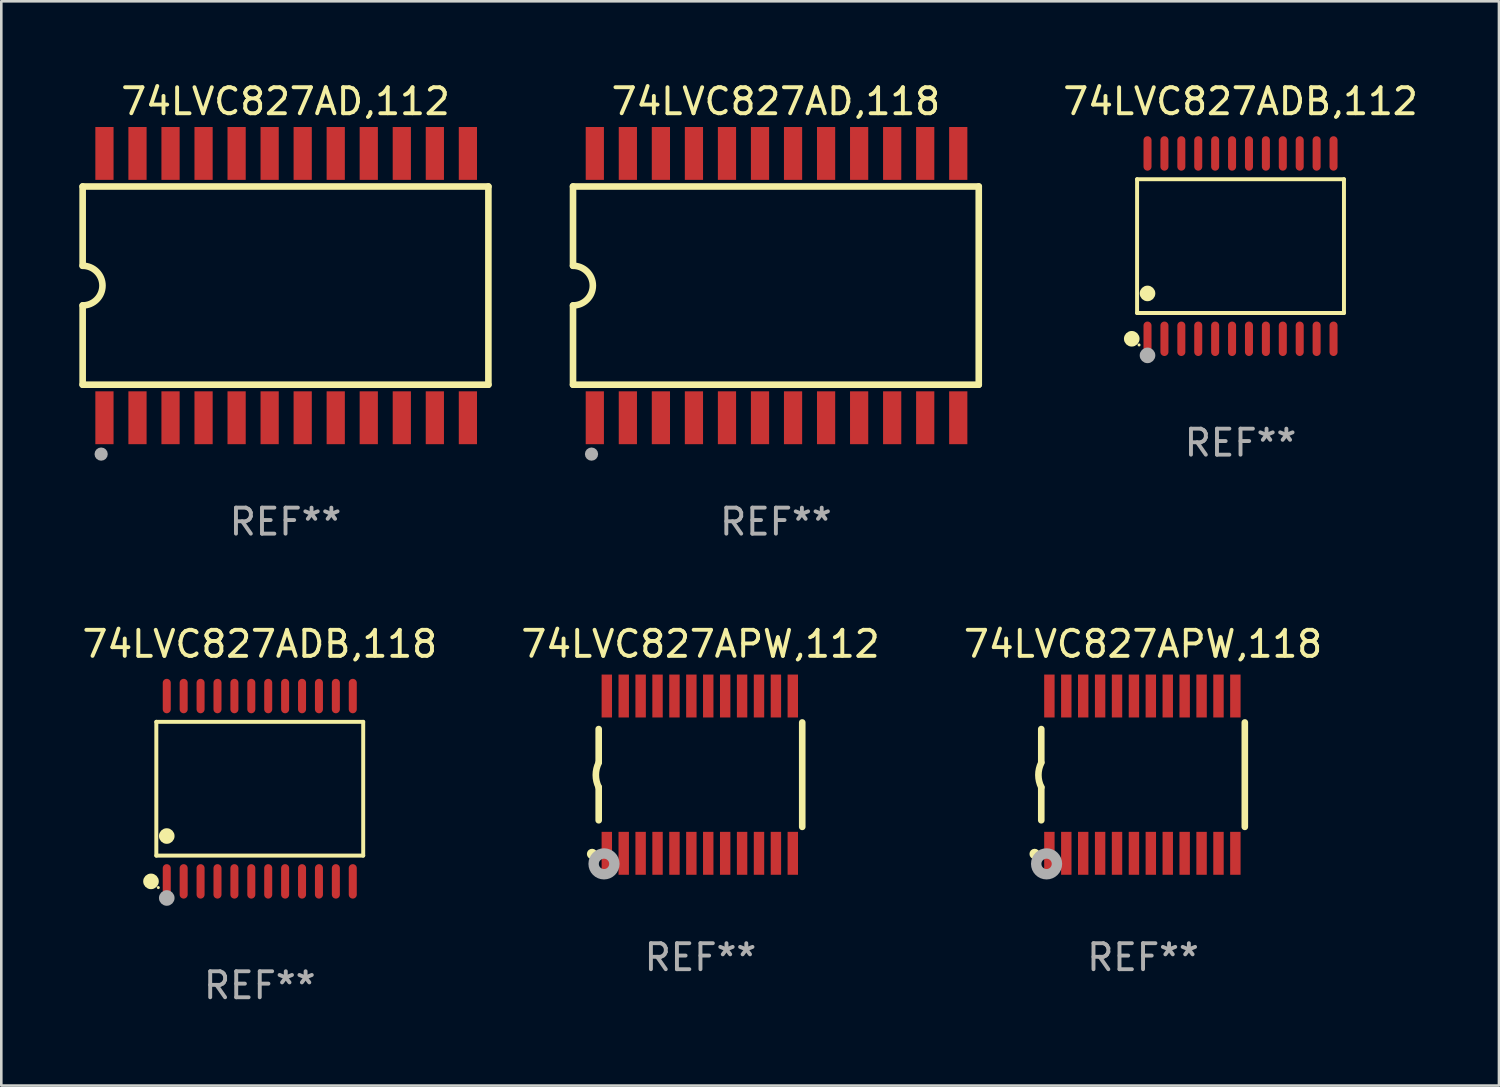
<source format=kicad_pcb>
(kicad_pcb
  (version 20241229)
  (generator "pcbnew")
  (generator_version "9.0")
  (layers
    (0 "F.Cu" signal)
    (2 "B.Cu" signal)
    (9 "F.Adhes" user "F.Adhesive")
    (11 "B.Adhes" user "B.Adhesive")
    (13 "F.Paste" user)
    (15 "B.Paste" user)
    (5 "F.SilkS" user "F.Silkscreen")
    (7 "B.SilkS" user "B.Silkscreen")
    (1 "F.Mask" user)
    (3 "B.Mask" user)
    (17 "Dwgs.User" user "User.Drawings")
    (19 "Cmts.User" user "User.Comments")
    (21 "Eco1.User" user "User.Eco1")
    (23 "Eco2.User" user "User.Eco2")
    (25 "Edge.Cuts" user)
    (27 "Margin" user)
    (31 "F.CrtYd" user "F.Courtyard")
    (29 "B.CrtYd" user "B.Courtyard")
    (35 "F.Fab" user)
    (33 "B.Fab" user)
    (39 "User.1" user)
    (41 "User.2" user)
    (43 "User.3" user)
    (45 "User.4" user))
  (footprint "74LVC827APW,118"
    (layer "F.Cu")
    (at 40.887 26.727)
    (property "Reference" "74LVC827APW,118" (at 0 -5.023 0) (layer "F.SilkS") (effects (font (size 1 1) (thickness 0.15))))
    (attr through_hole)
    (fp_line (start -3.912 -0.483) (end -3.912 -1.753) (stroke (width 0.254) (type solid)) (layer "F.SilkS"))
    (fp_line (start -3.912 1.753) (end -3.912 0.483) (stroke (width 0.254) (type solid)) (layer "F.SilkS"))
    (fp_line (start 3.912 -2.007) (end 3.912 2.007) (stroke (width 0.254) (type solid)) (layer "F.SilkS"))
    (fp_arc (start -3.911608 0.482601) (mid -4.022537 0.0127) (end -3.911608 -0.457201) (stroke (width 0.254001) (type solid)) (layer "F.SilkS"))
    (fp_circle (center -4.166 3.048) (end -4.066 3.048) (stroke (width 0.2) (type solid)) (fill no) (layer "F.SilkS"))
    (fp_circle (center -3.925 3.186) (end -3.895 3.186) (stroke (width 0.06) (type solid)) (fill no) (layer "F.SilkS"))
    (fp_circle (center -3.708 3.429) (end -3.509 3.429) (stroke (width 0.4) (type solid)) (fill no) (layer "F.Fab"))
    (fp_text user "REF**" (at 0 7.023 0) (layer "F.Fab") (effects (font (size 1 1) (thickness 0.15))))
    (pad "1" smd rect (at -3.6 3.023) (size 0.4 1.65) (layers "F.Cu" "F.Mask" "F.Paste"))
    (pad "2" smd rect (at -2.95 3.023) (size 0.4 1.65) (layers "F.Cu" "F.Mask" "F.Paste"))
    (pad "3" smd rect (at -2.3 3.023) (size 0.4 1.65) (layers "F.Cu" "F.Mask" "F.Paste"))
    (pad "4" smd rect (at -1.65 3.023) (size 0.4 1.65) (layers "F.Cu" "F.Mask" "F.Paste"))
    (pad "5" smd rect (at -1 3.023) (size 0.4 1.65) (layers "F.Cu" "F.Mask" "F.Paste"))
    (pad "6" smd rect (at -0.35 3.023) (size 0.4 1.65) (layers "F.Cu" "F.Mask" "F.Paste"))
    (pad "7" smd rect (at 0.299 3.023) (size 0.4 1.65) (layers "F.Cu" "F.Mask" "F.Paste"))
    (pad "8" smd rect (at 0.95 3.023) (size 0.4 1.65) (layers "F.Cu" "F.Mask" "F.Paste"))
    (pad "9" smd rect (at 1.6 3.023) (size 0.4 1.65) (layers "F.Cu" "F.Mask" "F.Paste"))
    (pad "10" smd rect (at 2.25 3.023) (size 0.4 1.65) (layers "F.Cu" "F.Mask" "F.Paste"))
    (pad "11" smd rect (at 2.9 3.023) (size 0.4 1.65) (layers "F.Cu" "F.Mask" "F.Paste"))
    (pad "12" smd rect (at 3.549 3.023) (size 0.4 1.65) (layers "F.Cu" "F.Mask" "F.Paste"))
    (pad "13" smd rect (at 3.549 -3.023) (size 0.4 1.65) (layers "F.Cu" "F.Mask" "F.Paste"))
    (pad "14" smd rect (at 2.9 -3.023) (size 0.4 1.65) (layers "F.Cu" "F.Mask" "F.Paste"))
    (pad "15" smd rect (at 2.25 -3.023) (size 0.4 1.65) (layers "F.Cu" "F.Mask" "F.Paste"))
    (pad "16" smd rect (at 1.6 -3.023) (size 0.4 1.65) (layers "F.Cu" "F.Mask" "F.Paste"))
    (pad "17" smd rect (at 0.95 -3.023) (size 0.4 1.65) (layers "F.Cu" "F.Mask" "F.Paste"))
    (pad "18" smd rect (at 0.299 -3.023) (size 0.4 1.65) (layers "F.Cu" "F.Mask" "F.Paste"))
    (pad "19" smd rect (at -0.35 -3.023) (size 0.4 1.65) (layers "F.Cu" "F.Mask" "F.Paste"))
    (pad "20" smd rect (at -1 -3.023) (size 0.4 1.65) (layers "F.Cu" "F.Mask" "F.Paste"))
    (pad "21" smd rect (at -1.65 -3.023) (size 0.4 1.65) (layers "F.Cu" "F.Mask" "F.Paste"))
    (pad "22" smd rect (at -2.3 -3.023) (size 0.4 1.65) (layers "F.Cu" "F.Mask" "F.Paste"))
    (pad "23" smd rect (at -2.95 -3.023) (size 0.4 1.65) (layers "F.Cu" "F.Mask" "F.Paste"))
    (pad "24" smd rect (at -3.6 -3.023) (size 0.4 1.65) (layers "F.Cu" "F.Mask" "F.Paste")))
  (footprint "74LVC827AD,118"
    (layer "F.Cu")
    (at 26.774 7.928)
    (property "Reference" "74LVC827AD,118" (at 0 -7.08 0) (layer "F.SilkS") (effects (font (size 1 1) (thickness 0.15))))
    (attr through_hole)
    (fp_line (start -7.798 -3.81) (end -7.798 -0.762) (stroke (width 0.254) (type solid)) (layer "F.SilkS"))
    (fp_line (start -7.798 3.81) (end -7.798 0.762) (stroke (width 0.254) (type solid)) (layer "F.SilkS"))
    (fp_line (start 7.798 -3.81) (end -7.798 -3.81) (stroke (width 0.254) (type solid)) (layer "F.SilkS"))
    (fp_line (start 7.798 3.81) (end -7.798 3.81) (stroke (width 0.254) (type solid)) (layer "F.SilkS"))
    (fp_line (start 7.798 3.81) (end 7.798 -3.81) (stroke (width 0.254) (type solid)) (layer "F.SilkS"))
    (fp_arc (start -7.797791 -0.762002) (mid -7.03579 -0.000001) (end -7.79779 0.762002) (stroke (width 0.254001) (type solid)) (layer "F.SilkS"))
    (fp_circle (center -7.825 3.75) (end -7.795 3.75) (stroke (width 0.06) (type solid)) (fill no) (layer "F.SilkS"))
    (fp_circle (center -7.087 6.477) (end -6.96 6.477) (stroke (width 0.254) (type solid)) (fill no) (layer "F.Fab"))
    (fp_text user "REF**" (at 0 9.08 0) (layer "F.Fab") (effects (font (size 1 1) (thickness 0.15))))
    (pad "1" smd rect (at -6.96 5.08 90) (size 2.032 0.7) (layers "F.Cu" "F.Mask" "F.Paste"))
    (pad "2" smd rect (at -5.69 5.08 90) (size 2.032 0.7) (layers "F.Cu" "F.Mask" "F.Paste"))
    (pad "3" smd rect (at -4.42 5.08 90) (size 2.032 0.7) (layers "F.Cu" "F.Mask" "F.Paste"))
    (pad "4" smd rect (at -3.15 5.08 90) (size 2.032 0.7) (layers "F.Cu" "F.Mask" "F.Paste"))
    (pad "5" smd rect (at -1.88 5.08 90) (size 2.032 0.7) (layers "F.Cu" "F.Mask" "F.Paste"))
    (pad "6" smd rect (at -0.61 5.08 90) (size 2.032 0.7) (layers "F.Cu" "F.Mask" "F.Paste"))
    (pad "7" smd rect (at 0.66 5.08 90) (size 2.032 0.7) (layers "F.Cu" "F.Mask" "F.Paste"))
    (pad "8" smd rect (at 1.93 5.08 90) (size 2.032 0.7) (layers "F.Cu" "F.Mask" "F.Paste"))
    (pad "9" smd rect (at 3.2 5.08 90) (size 2.032 0.7) (layers "F.Cu" "F.Mask" "F.Paste"))
    (pad "10" smd rect (at 4.47 5.08 90) (size 2.032 0.7) (layers "F.Cu" "F.Mask" "F.Paste"))
    (pad "11" smd rect (at 5.74 5.08 90) (size 2.032 0.7) (layers "F.Cu" "F.Mask" "F.Paste"))
    (pad "12" smd rect (at 7.01 5.08 90) (size 2.032 0.7) (layers "F.Cu" "F.Mask" "F.Paste"))
    (pad "13" smd rect (at 7.01 -5.08 90) (size 2.032 0.7) (layers "F.Cu" "F.Mask" "F.Paste"))
    (pad "14" smd rect (at 5.74 -5.08 90) (size 2.032 0.7) (layers "F.Cu" "F.Mask" "F.Paste"))
    (pad "15" smd rect (at 4.47 -5.08 90) (size 2.032 0.7) (layers "F.Cu" "F.Mask" "F.Paste"))
    (pad "16" smd rect (at 3.2 -5.08 90) (size 2.032 0.7) (layers "F.Cu" "F.Mask" "F.Paste"))
    (pad "17" smd rect (at 1.93 -5.08 90) (size 2.032 0.7) (layers "F.Cu" "F.Mask" "F.Paste"))
    (pad "18" smd rect (at 0.66 -5.08 90) (size 2.032 0.7) (layers "F.Cu" "F.Mask" "F.Paste"))
    (pad "19" smd rect (at -0.61 -5.08 90) (size 2.032 0.7) (layers "F.Cu" "F.Mask" "F.Paste"))
    (pad "20" smd rect (at -1.88 -5.08 90) (size 2.032 0.7) (layers "F.Cu" "F.Mask" "F.Paste"))
    (pad "21" smd rect (at -3.15 -5.08 90) (size 2.032 0.7) (layers "F.Cu" "F.Mask" "F.Paste"))
    (pad "22" smd rect (at -4.42 -5.08 90) (size 2.032 0.7) (layers "F.Cu" "F.Mask" "F.Paste"))
    (pad "23" smd rect (at -5.69 -5.08 90) (size 2.032 0.7) (layers "F.Cu" "F.Mask" "F.Paste"))
    (pad "24" smd rect (at -6.96 -5.08 90) (size 2.032 0.7) (layers "F.Cu" "F.Mask" "F.Paste")))
  (footprint "74LVC827ADB,112"
    (layer "F.Cu")
    (at 44.634 6.41)
    (property "Reference" "74LVC827ADB,112" (at 0 -5.562 0) (layer "F.SilkS") (effects (font (size 1 1) (thickness 0.15))))
    (attr through_hole)
    (fp_line (start -3.976 -2.571) (end 3.976 -2.571) (stroke (width 0.152) (type solid)) (layer "F.SilkS"))
    (fp_line (start -3.976 2.571) (end -3.976 -2.571) (stroke (width 0.152) (type solid)) (layer "F.SilkS"))
    (fp_line (start 3.976 -2.571) (end 3.976 2.571) (stroke (width 0.152) (type solid)) (layer "F.SilkS"))
    (fp_line (start 3.976 2.571) (end -3.976 2.571) (stroke (width 0.152) (type solid)) (layer "F.SilkS"))
    (fp_circle (center -4.181 3.562) (end -4.031 3.562) (stroke (width 0.3) (type solid)) (fill no) (layer "F.SilkS"))
    (fp_circle (center -3.9 3.8) (end -3.87 3.8) (stroke (width 0.06) (type solid)) (fill no) (layer "F.SilkS"))
    (fp_circle (center -3.575 1.819) (end -3.425 1.819) (stroke (width 0.3) (type solid)) (fill no) (layer "F.SilkS"))
    (fp_circle (center -3.575 4.2) (end -3.425 4.2) (stroke (width 0.3) (type solid)) (fill no) (layer "F.Fab"))
    (fp_text user "REF**" (at 0 7.562 0) (layer "F.Fab") (effects (font (size 1 1) (thickness 0.15))))
    (pad "1" smd oval (at -3.575 3.562) (size 0.308 1.324) (layers "F.Cu" "F.Mask" "F.Paste"))
    (pad "2" smd oval (at -2.925 3.562) (size 0.308 1.324) (layers "F.Cu" "F.Mask" "F.Paste"))
    (pad "3" smd oval (at -2.275 3.562) (size 0.308 1.324) (layers "F.Cu" "F.Mask" "F.Paste"))
    (pad "4" smd oval (at -1.625 3.562) (size 0.308 1.324) (layers "F.Cu" "F.Mask" "F.Paste"))
    (pad "5" smd oval (at -0.975 3.562) (size 0.308 1.324) (layers "F.Cu" "F.Mask" "F.Paste"))
    (pad "6" smd oval (at -0.325 3.562) (size 0.308 1.324) (layers "F.Cu" "F.Mask" "F.Paste"))
    (pad "7" smd oval (at 0.325 3.562) (size 0.308 1.324) (layers "F.Cu" "F.Mask" "F.Paste"))
    (pad "8" smd oval (at 0.975 3.562) (size 0.308 1.324) (layers "F.Cu" "F.Mask" "F.Paste"))
    (pad "9" smd oval (at 1.625 3.562) (size 0.308 1.324) (layers "F.Cu" "F.Mask" "F.Paste"))
    (pad "10" smd oval (at 2.275 3.562) (size 0.308 1.324) (layers "F.Cu" "F.Mask" "F.Paste"))
    (pad "11" smd oval (at 2.925 3.562) (size 0.308 1.324) (layers "F.Cu" "F.Mask" "F.Paste"))
    (pad "12" smd oval (at 3.575 3.562) (size 0.308 1.324) (layers "F.Cu" "F.Mask" "F.Paste"))
    (pad "13" smd oval (at 3.575 -3.562) (size 0.308 1.324) (layers "F.Cu" "F.Mask" "F.Paste"))
    (pad "14" smd oval (at 2.925 -3.562) (size 0.308 1.324) (layers "F.Cu" "F.Mask" "F.Paste"))
    (pad "15" smd oval (at 2.275 -3.562) (size 0.308 1.324) (layers "F.Cu" "F.Mask" "F.Paste"))
    (pad "16" smd oval (at 1.625 -3.562) (size 0.308 1.324) (layers "F.Cu" "F.Mask" "F.Paste"))
    (pad "17" smd oval (at 0.975 -3.562) (size 0.308 1.324) (layers "F.Cu" "F.Mask" "F.Paste"))
    (pad "18" smd oval (at 0.325 -3.562) (size 0.308 1.324) (layers "F.Cu" "F.Mask" "F.Paste"))
    (pad "19" smd oval (at -0.325 -3.562) (size 0.308 1.324) (layers "F.Cu" "F.Mask" "F.Paste"))
    (pad "20" smd oval (at -0.975 -3.562) (size 0.308 1.324) (layers "F.Cu" "F.Mask" "F.Paste"))
    (pad "21" smd oval (at -1.625 -3.562) (size 0.308 1.324) (layers "F.Cu" "F.Mask" "F.Paste"))
    (pad "22" smd oval (at -2.275 -3.562) (size 0.308 1.324) (layers "F.Cu" "F.Mask" "F.Paste"))
    (pad "23" smd oval (at -2.925 -3.562) (size 0.308 1.324) (layers "F.Cu" "F.Mask" "F.Paste"))
    (pad "24" smd oval (at -3.575 -3.562) (size 0.308 1.324) (layers "F.Cu" "F.Mask" "F.Paste")))
  (footprint "74LVC827AD,112"
    (layer "F.Cu")
    (at 7.925 7.928)
    (property "Reference" "74LVC827AD,112" (at 0 -7.08 0) (layer "F.SilkS") (effects (font (size 1 1) (thickness 0.15))))
    (attr through_hole)
    (fp_line (start -7.798 -3.81) (end -7.798 -0.762) (stroke (width 0.254) (type solid)) (layer "F.SilkS"))
    (fp_line (start -7.798 3.81) (end -7.798 0.762) (stroke (width 0.254) (type solid)) (layer "F.SilkS"))
    (fp_line (start 7.798 -3.81) (end -7.798 -3.81) (stroke (width 0.254) (type solid)) (layer "F.SilkS"))
    (fp_line (start 7.798 3.81) (end -7.798 3.81) (stroke (width 0.254) (type solid)) (layer "F.SilkS"))
    (fp_line (start 7.798 3.81) (end 7.798 -3.81) (stroke (width 0.254) (type solid)) (layer "F.SilkS"))
    (fp_arc (start -7.797791 -0.762002) (mid -7.03579 -0.000001) (end -7.79779 0.762002) (stroke (width 0.254001) (type solid)) (layer "F.SilkS"))
    (fp_circle (center -7.825 3.75) (end -7.795 3.75) (stroke (width 0.06) (type solid)) (fill no) (layer "F.SilkS"))
    (fp_circle (center -7.087 6.477) (end -6.96 6.477) (stroke (width 0.254) (type solid)) (fill no) (layer "F.Fab"))
    (fp_text user "REF**" (at 0 9.08 0) (layer "F.Fab") (effects (font (size 1 1) (thickness 0.15))))
    (pad "1" smd rect (at -6.96 5.08 90) (size 2.032 0.7) (layers "F.Cu" "F.Mask" "F.Paste"))
    (pad "2" smd rect (at -5.69 5.08 90) (size 2.032 0.7) (layers "F.Cu" "F.Mask" "F.Paste"))
    (pad "3" smd rect (at -4.42 5.08 90) (size 2.032 0.7) (layers "F.Cu" "F.Mask" "F.Paste"))
    (pad "4" smd rect (at -3.15 5.08 90) (size 2.032 0.7) (layers "F.Cu" "F.Mask" "F.Paste"))
    (pad "5" smd rect (at -1.88 5.08 90) (size 2.032 0.7) (layers "F.Cu" "F.Mask" "F.Paste"))
    (pad "6" smd rect (at -0.61 5.08 90) (size 2.032 0.7) (layers "F.Cu" "F.Mask" "F.Paste"))
    (pad "7" smd rect (at 0.66 5.08 90) (size 2.032 0.7) (layers "F.Cu" "F.Mask" "F.Paste"))
    (pad "8" smd rect (at 1.93 5.08 90) (size 2.032 0.7) (layers "F.Cu" "F.Mask" "F.Paste"))
    (pad "9" smd rect (at 3.2 5.08 90) (size 2.032 0.7) (layers "F.Cu" "F.Mask" "F.Paste"))
    (pad "10" smd rect (at 4.47 5.08 90) (size 2.032 0.7) (layers "F.Cu" "F.Mask" "F.Paste"))
    (pad "11" smd rect (at 5.74 5.08 90) (size 2.032 0.7) (layers "F.Cu" "F.Mask" "F.Paste"))
    (pad "12" smd rect (at 7.01 5.08 90) (size 2.032 0.7) (layers "F.Cu" "F.Mask" "F.Paste"))
    (pad "13" smd rect (at 7.01 -5.08 90) (size 2.032 0.7) (layers "F.Cu" "F.Mask" "F.Paste"))
    (pad "14" smd rect (at 5.74 -5.08 90) (size 2.032 0.7) (layers "F.Cu" "F.Mask" "F.Paste"))
    (pad "15" smd rect (at 4.47 -5.08 90) (size 2.032 0.7) (layers "F.Cu" "F.Mask" "F.Paste"))
    (pad "16" smd rect (at 3.2 -5.08 90) (size 2.032 0.7) (layers "F.Cu" "F.Mask" "F.Paste"))
    (pad "17" smd rect (at 1.93 -5.08 90) (size 2.032 0.7) (layers "F.Cu" "F.Mask" "F.Paste"))
    (pad "18" smd rect (at 0.66 -5.08 90) (size 2.032 0.7) (layers "F.Cu" "F.Mask" "F.Paste"))
    (pad "19" smd rect (at -0.61 -5.08 90) (size 2.032 0.7) (layers "F.Cu" "F.Mask" "F.Paste"))
    (pad "20" smd rect (at -1.88 -5.08 90) (size 2.032 0.7) (layers "F.Cu" "F.Mask" "F.Paste"))
    (pad "21" smd rect (at -3.15 -5.08 90) (size 2.032 0.7) (layers "F.Cu" "F.Mask" "F.Paste"))
    (pad "22" smd rect (at -4.42 -5.08 90) (size 2.032 0.7) (layers "F.Cu" "F.Mask" "F.Paste"))
    (pad "23" smd rect (at -5.69 -5.08 90) (size 2.032 0.7) (layers "F.Cu" "F.Mask" "F.Paste"))
    (pad "24" smd rect (at -6.96 -5.08 90) (size 2.032 0.7) (layers "F.Cu" "F.Mask" "F.Paste")))
  (footprint "74LVC827APW,112"
    (layer "F.Cu")
    (at 23.875 26.727)
    (property "Reference" "74LVC827APW,112" (at 0 -5.023 0) (layer "F.SilkS") (effects (font (size 1 1) (thickness 0.15))))
    (attr through_hole)
    (fp_line (start -3.912 -0.483) (end -3.912 -1.753) (stroke (width 0.254) (type solid)) (layer "F.SilkS"))
    (fp_line (start -3.912 1.753) (end -3.912 0.483) (stroke (width 0.254) (type solid)) (layer "F.SilkS"))
    (fp_line (start 3.912 -2.007) (end 3.912 2.007) (stroke (width 0.254) (type solid)) (layer "F.SilkS"))
    (fp_arc (start -3.911608 0.482601) (mid -4.022537 0.0127) (end -3.911608 -0.457201) (stroke (width 0.254001) (type solid)) (layer "F.SilkS"))
    (fp_circle (center -4.166 3.048) (end -4.066 3.048) (stroke (width 0.2) (type solid)) (fill no) (layer "F.SilkS"))
    (fp_circle (center -3.925 3.186) (end -3.895 3.186) (stroke (width 0.06) (type solid)) (fill no) (layer "F.SilkS"))
    (fp_circle (center -3.708 3.429) (end -3.509 3.429) (stroke (width 0.4) (type solid)) (fill no) (layer "F.Fab"))
    (fp_text user "REF**" (at 0 7.023 0) (layer "F.Fab") (effects (font (size 1 1) (thickness 0.15))))
    (pad "1" smd rect (at -3.6 3.023) (size 0.4 1.65) (layers "F.Cu" "F.Mask" "F.Paste"))
    (pad "2" smd rect (at -2.95 3.023) (size 0.4 1.65) (layers "F.Cu" "F.Mask" "F.Paste"))
    (pad "3" smd rect (at -2.3 3.023) (size 0.4 1.65) (layers "F.Cu" "F.Mask" "F.Paste"))
    (pad "4" smd rect (at -1.65 3.023) (size 0.4 1.65) (layers "F.Cu" "F.Mask" "F.Paste"))
    (pad "5" smd rect (at -1 3.023) (size 0.4 1.65) (layers "F.Cu" "F.Mask" "F.Paste"))
    (pad "6" smd rect (at -0.35 3.023) (size 0.4 1.65) (layers "F.Cu" "F.Mask" "F.Paste"))
    (pad "7" smd rect (at 0.299 3.023) (size 0.4 1.65) (layers "F.Cu" "F.Mask" "F.Paste"))
    (pad "8" smd rect (at 0.95 3.023) (size 0.4 1.65) (layers "F.Cu" "F.Mask" "F.Paste"))
    (pad "9" smd rect (at 1.6 3.023) (size 0.4 1.65) (layers "F.Cu" "F.Mask" "F.Paste"))
    (pad "10" smd rect (at 2.25 3.023) (size 0.4 1.65) (layers "F.Cu" "F.Mask" "F.Paste"))
    (pad "11" smd rect (at 2.9 3.023) (size 0.4 1.65) (layers "F.Cu" "F.Mask" "F.Paste"))
    (pad "12" smd rect (at 3.549 3.023) (size 0.4 1.65) (layers "F.Cu" "F.Mask" "F.Paste"))
    (pad "13" smd rect (at 3.549 -3.023) (size 0.4 1.65) (layers "F.Cu" "F.Mask" "F.Paste"))
    (pad "14" smd rect (at 2.9 -3.023) (size 0.4 1.65) (layers "F.Cu" "F.Mask" "F.Paste"))
    (pad "15" smd rect (at 2.25 -3.023) (size 0.4 1.65) (layers "F.Cu" "F.Mask" "F.Paste"))
    (pad "16" smd rect (at 1.6 -3.023) (size 0.4 1.65) (layers "F.Cu" "F.Mask" "F.Paste"))
    (pad "17" smd rect (at 0.95 -3.023) (size 0.4 1.65) (layers "F.Cu" "F.Mask" "F.Paste"))
    (pad "18" smd rect (at 0.299 -3.023) (size 0.4 1.65) (layers "F.Cu" "F.Mask" "F.Paste"))
    (pad "19" smd rect (at -0.35 -3.023) (size 0.4 1.65) (layers "F.Cu" "F.Mask" "F.Paste"))
    (pad "20" smd rect (at -1 -3.023) (size 0.4 1.65) (layers "F.Cu" "F.Mask" "F.Paste"))
    (pad "21" smd rect (at -1.65 -3.023) (size 0.4 1.65) (layers "F.Cu" "F.Mask" "F.Paste"))
    (pad "22" smd rect (at -2.3 -3.023) (size 0.4 1.65) (layers "F.Cu" "F.Mask" "F.Paste"))
    (pad "23" smd rect (at -2.95 -3.023) (size 0.4 1.65) (layers "F.Cu" "F.Mask" "F.Paste"))
    (pad "24" smd rect (at -3.6 -3.023) (size 0.4 1.65) (layers "F.Cu" "F.Mask" "F.Paste")))
  (footprint "74LVC827ADB,118"
    (layer "F.Cu")
    (at 6.935 27.267)
    (property "Reference" "74LVC827ADB,118" (at 0 -5.562 0) (layer "F.SilkS") (effects (font (size 1 1) (thickness 0.15))))
    (attr through_hole)
    (fp_line (start -3.976 -2.571) (end 3.976 -2.571) (stroke (width 0.152) (type solid)) (layer "F.SilkS"))
    (fp_line (start -3.976 2.571) (end -3.976 -2.571) (stroke (width 0.152) (type solid)) (layer "F.SilkS"))
    (fp_line (start 3.976 -2.571) (end 3.976 2.571) (stroke (width 0.152) (type solid)) (layer "F.SilkS"))
    (fp_line (start 3.976 2.571) (end -3.976 2.571) (stroke (width 0.152) (type solid)) (layer "F.SilkS"))
    (fp_circle (center -4.181 3.562) (end -4.031 3.562) (stroke (width 0.3) (type solid)) (fill no) (layer "F.SilkS"))
    (fp_circle (center -3.9 3.8) (end -3.87 3.8) (stroke (width 0.06) (type solid)) (fill no) (layer "F.SilkS"))
    (fp_circle (center -3.575 1.819) (end -3.425 1.819) (stroke (width 0.3) (type solid)) (fill no) (layer "F.SilkS"))
    (fp_circle (center -3.575 4.2) (end -3.425 4.2) (stroke (width 0.3) (type solid)) (fill no) (layer "F.Fab"))
    (fp_text user "REF**" (at 0 7.562 0) (layer "F.Fab") (effects (font (size 1 1) (thickness 0.15))))
    (pad "1" smd oval (at -3.575 3.562) (size 0.308 1.324) (layers "F.Cu" "F.Mask" "F.Paste"))
    (pad "2" smd oval (at -2.925 3.562) (size 0.308 1.324) (layers "F.Cu" "F.Mask" "F.Paste"))
    (pad "3" smd oval (at -2.275 3.562) (size 0.308 1.324) (layers "F.Cu" "F.Mask" "F.Paste"))
    (pad "4" smd oval (at -1.625 3.562) (size 0.308 1.324) (layers "F.Cu" "F.Mask" "F.Paste"))
    (pad "5" smd oval (at -0.975 3.562) (size 0.308 1.324) (layers "F.Cu" "F.Mask" "F.Paste"))
    (pad "6" smd oval (at -0.325 3.562) (size 0.308 1.324) (layers "F.Cu" "F.Mask" "F.Paste"))
    (pad "7" smd oval (at 0.325 3.562) (size 0.308 1.324) (layers "F.Cu" "F.Mask" "F.Paste"))
    (pad "8" smd oval (at 0.975 3.562) (size 0.308 1.324) (layers "F.Cu" "F.Mask" "F.Paste"))
    (pad "9" smd oval (at 1.625 3.562) (size 0.308 1.324) (layers "F.Cu" "F.Mask" "F.Paste"))
    (pad "10" smd oval (at 2.275 3.562) (size 0.308 1.324) (layers "F.Cu" "F.Mask" "F.Paste"))
    (pad "11" smd oval (at 2.925 3.562) (size 0.308 1.324) (layers "F.Cu" "F.Mask" "F.Paste"))
    (pad "12" smd oval (at 3.575 3.562) (size 0.308 1.324) (layers "F.Cu" "F.Mask" "F.Paste"))
    (pad "13" smd oval (at 3.575 -3.562) (size 0.308 1.324) (layers "F.Cu" "F.Mask" "F.Paste"))
    (pad "14" smd oval (at 2.925 -3.562) (size 0.308 1.324) (layers "F.Cu" "F.Mask" "F.Paste"))
    (pad "15" smd oval (at 2.275 -3.562) (size 0.308 1.324) (layers "F.Cu" "F.Mask" "F.Paste"))
    (pad "16" smd oval (at 1.625 -3.562) (size 0.308 1.324) (layers "F.Cu" "F.Mask" "F.Paste"))
    (pad "17" smd oval (at 0.975 -3.562) (size 0.308 1.324) (layers "F.Cu" "F.Mask" "F.Paste"))
    (pad "18" smd oval (at 0.325 -3.562) (size 0.308 1.324) (layers "F.Cu" "F.Mask" "F.Paste"))
    (pad "19" smd oval (at -0.325 -3.562) (size 0.308 1.324) (layers "F.Cu" "F.Mask" "F.Paste"))
    (pad "20" smd oval (at -0.975 -3.562) (size 0.308 1.324) (layers "F.Cu" "F.Mask" "F.Paste"))
    (pad "21" smd oval (at -1.625 -3.562) (size 0.308 1.324) (layers "F.Cu" "F.Mask" "F.Paste"))
    (pad "22" smd oval (at -2.275 -3.562) (size 0.308 1.324) (layers "F.Cu" "F.Mask" "F.Paste"))
    (pad "23" smd oval (at -2.925 -3.562) (size 0.308 1.324) (layers "F.Cu" "F.Mask" "F.Paste"))
    (pad "24" smd oval (at -3.575 -3.562) (size 0.308 1.324) (layers "F.Cu" "F.Mask" "F.Paste")))
  (gr_rect
    (start -3 -3)
    (end 54.568 38.677)
    (stroke (width 0.1) (type default))
    (fill no)
    (layer "Edge.Cuts")))
</source>
